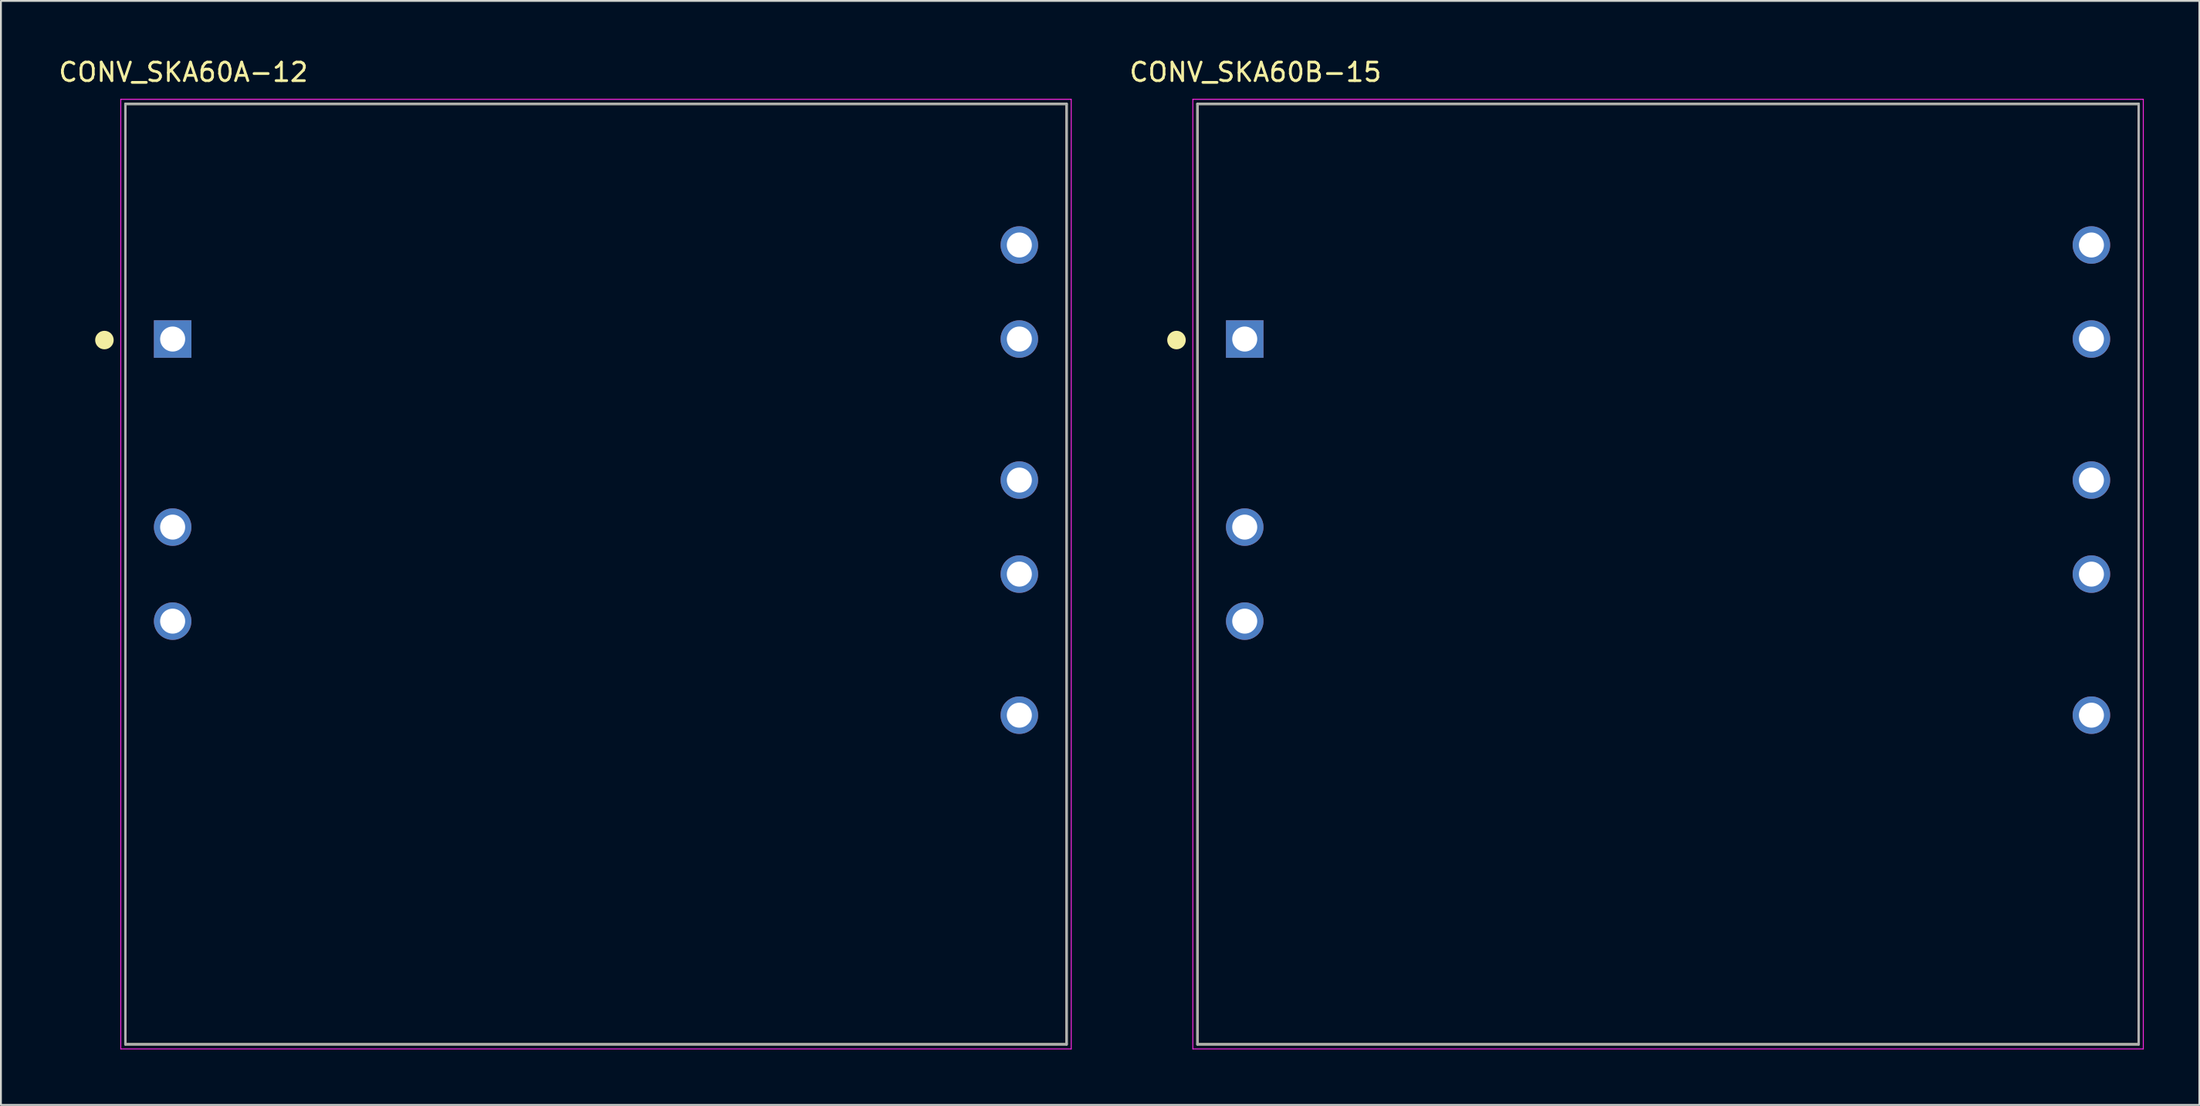
<source format=kicad_pcb>
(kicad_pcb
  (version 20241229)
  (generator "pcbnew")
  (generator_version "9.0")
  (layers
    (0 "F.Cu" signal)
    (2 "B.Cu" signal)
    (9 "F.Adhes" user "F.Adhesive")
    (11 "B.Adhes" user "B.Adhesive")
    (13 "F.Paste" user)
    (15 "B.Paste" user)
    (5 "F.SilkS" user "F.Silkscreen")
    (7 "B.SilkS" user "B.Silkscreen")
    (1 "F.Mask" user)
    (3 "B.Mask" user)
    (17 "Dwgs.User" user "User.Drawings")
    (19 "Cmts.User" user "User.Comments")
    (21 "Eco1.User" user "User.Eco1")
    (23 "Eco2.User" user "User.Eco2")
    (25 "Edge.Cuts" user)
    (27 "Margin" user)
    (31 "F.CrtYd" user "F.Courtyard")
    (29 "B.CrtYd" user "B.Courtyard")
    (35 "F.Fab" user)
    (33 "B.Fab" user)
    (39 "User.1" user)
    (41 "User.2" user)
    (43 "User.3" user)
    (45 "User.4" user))
  (footprint "CONV_SKA60B-15"
    (layer "F.Cu")
    (at 86.984 27.965)
    (property "Reference" "CONV_SKA60B-15" (at -22.271 -27.116 0) (layer "F.SilkS") (effects (font (size 1.001 1.001) (thickness 0.15))))
    (attr through_hole)
    (fp_line (start -25.4 -25.4) (end 25.4 -25.4) (stroke (width 0.127) (type solid)) (layer "F.SilkS"))
    (fp_line (start -25.4 25.4) (end -25.4 -25.4) (stroke (width 0.127) (type solid)) (layer "F.SilkS"))
    (fp_line (start 25.4 -25.4) (end 25.4 25.4) (stroke (width 0.127) (type solid)) (layer "F.SilkS"))
    (fp_line (start 25.4 25.4) (end -25.4 25.4) (stroke (width 0.127) (type solid)) (layer "F.SilkS"))
    (fp_circle (center -26.533 -12.645) (end -26.283 -12.645) (stroke (width 0.5) (type solid)) (fill no) (layer "F.SilkS"))
    (fp_line (start -25.65 -25.65) (end 25.65 -25.65) (stroke (width 0.05) (type solid)) (layer "F.CrtYd"))
    (fp_line (start -25.65 25.65) (end -25.65 -25.65) (stroke (width 0.05) (type solid)) (layer "F.CrtYd"))
    (fp_line (start 25.65 -25.65) (end 25.65 25.65) (stroke (width 0.05) (type solid)) (layer "F.CrtYd"))
    (fp_line (start 25.65 25.65) (end -25.65 25.65) (stroke (width 0.05) (type solid)) (layer "F.CrtYd"))
    (fp_line (start -25.4 -25.4) (end 25.4 -25.4) (stroke (width 0.127) (type solid)) (layer "F.Fab"))
    (fp_line (start -25.4 25.4) (end -25.4 -25.4) (stroke (width 0.127) (type solid)) (layer "F.Fab"))
    (fp_line (start 25.4 -25.4) (end 25.4 25.4) (stroke (width 0.127) (type solid)) (layer "F.Fab"))
    (fp_line (start 25.4 25.4) (end -25.4 25.4) (stroke (width 0.127) (type solid)) (layer "F.Fab"))
    (pad "1" thru_hole rect (at -22.85 -12.7) (size 2.025 2.025) (drill 1.35) (layers "*.Cu" "*.Mask"))
    (pad "2" thru_hole circle (at -22.85 -2.54) (size 2.025 2.025) (drill 1.35) (layers "*.Cu" "*.Mask"))
    (pad "3" thru_hole circle (at -22.85 2.54) (size 2.025 2.025) (drill 1.35) (layers "*.Cu" "*.Mask"))
    (pad "4" thru_hole circle (at 22.85 7.62) (size 2.025 2.025) (drill 1.35) (layers "*.Cu" "*.Mask"))
    (pad "5" thru_hole circle (at 22.85 0) (size 2.025 2.025) (drill 1.35) (layers "*.Cu" "*.Mask"))
    (pad "6" thru_hole circle (at 22.85 -5.08) (size 2.025 2.025) (drill 1.35) (layers "*.Cu" "*.Mask"))
    (pad "7" thru_hole circle (at 22.85 -12.7) (size 2.025 2.025) (drill 1.35) (layers "*.Cu" "*.Mask"))
    (pad "8" thru_hole circle (at 22.85 -17.78) (size 2.025 2.025) (drill 1.35) (layers "*.Cu" "*.Mask")))
  (footprint "CONV_SKA60A-12"
    (layer "F.Cu")
    (at 29.119 27.965)
    (property "Reference" "CONV_SKA60A-12" (at -22.271 -27.116 0) (layer "F.SilkS") (effects (font (size 1.001 1.001) (thickness 0.15))))
    (attr through_hole)
    (fp_line (start -25.4 -25.4) (end 25.4 -25.4) (stroke (width 0.127) (type solid)) (layer "F.SilkS"))
    (fp_line (start -25.4 25.4) (end -25.4 -25.4) (stroke (width 0.127) (type solid)) (layer "F.SilkS"))
    (fp_line (start 25.4 -25.4) (end 25.4 25.4) (stroke (width 0.127) (type solid)) (layer "F.SilkS"))
    (fp_line (start 25.4 25.4) (end -25.4 25.4) (stroke (width 0.127) (type solid)) (layer "F.SilkS"))
    (fp_circle (center -26.533 -12.645) (end -26.283 -12.645) (stroke (width 0.5) (type solid)) (fill no) (layer "F.SilkS"))
    (fp_line (start -25.65 -25.65) (end 25.65 -25.65) (stroke (width 0.05) (type solid)) (layer "F.CrtYd"))
    (fp_line (start -25.65 25.65) (end -25.65 -25.65) (stroke (width 0.05) (type solid)) (layer "F.CrtYd"))
    (fp_line (start 25.65 -25.65) (end 25.65 25.65) (stroke (width 0.05) (type solid)) (layer "F.CrtYd"))
    (fp_line (start 25.65 25.65) (end -25.65 25.65) (stroke (width 0.05) (type solid)) (layer "F.CrtYd"))
    (fp_line (start -25.4 -25.4) (end 25.4 -25.4) (stroke (width 0.127) (type solid)) (layer "F.Fab"))
    (fp_line (start -25.4 25.4) (end -25.4 -25.4) (stroke (width 0.127) (type solid)) (layer "F.Fab"))
    (fp_line (start 25.4 -25.4) (end 25.4 25.4) (stroke (width 0.127) (type solid)) (layer "F.Fab"))
    (fp_line (start 25.4 25.4) (end -25.4 25.4) (stroke (width 0.127) (type solid)) (layer "F.Fab"))
    (pad "1" thru_hole rect (at -22.85 -12.7) (size 2.025 2.025) (drill 1.35) (layers "*.Cu" "*.Mask"))
    (pad "2" thru_hole circle (at -22.85 -2.54) (size 2.025 2.025) (drill 1.35) (layers "*.Cu" "*.Mask"))
    (pad "3" thru_hole circle (at -22.85 2.54) (size 2.025 2.025) (drill 1.35) (layers "*.Cu" "*.Mask"))
    (pad "4" thru_hole circle (at 22.85 7.62) (size 2.025 2.025) (drill 1.35) (layers "*.Cu" "*.Mask"))
    (pad "5" thru_hole circle (at 22.85 0) (size 2.025 2.025) (drill 1.35) (layers "*.Cu" "*.Mask"))
    (pad "6" thru_hole circle (at 22.85 -5.08) (size 2.025 2.025) (drill 1.35) (layers "*.Cu" "*.Mask"))
    (pad "7" thru_hole circle (at 22.85 -12.7) (size 2.025 2.025) (drill 1.35) (layers "*.Cu" "*.Mask"))
    (pad "8" thru_hole circle (at 22.85 -17.78) (size 2.025 2.025) (drill 1.35) (layers "*.Cu" "*.Mask")))
  (gr_rect
    (start -3 -3)
    (end 115.659 56.64)
    (stroke (width 0.1) (type default))
    (fill no)
    (layer "Edge.Cuts")))
</source>
